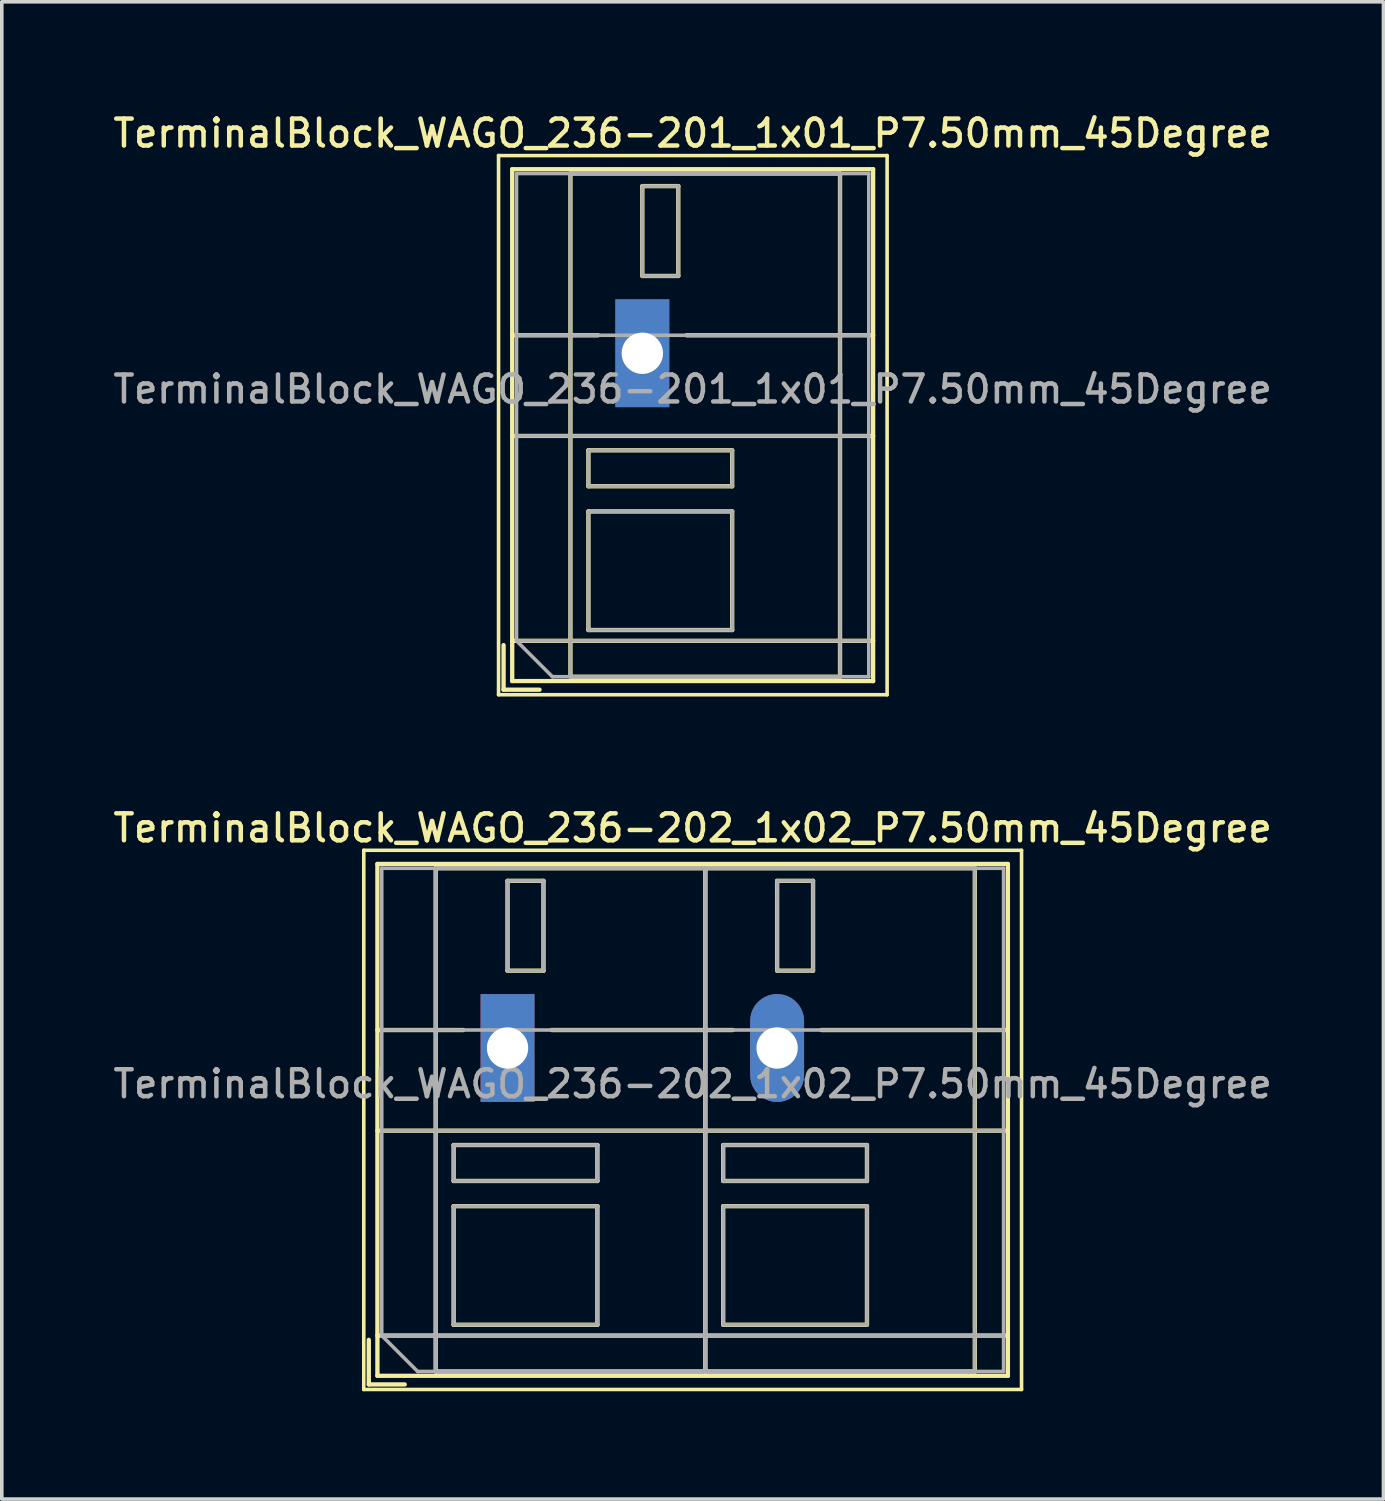
<source format=kicad_pcb>
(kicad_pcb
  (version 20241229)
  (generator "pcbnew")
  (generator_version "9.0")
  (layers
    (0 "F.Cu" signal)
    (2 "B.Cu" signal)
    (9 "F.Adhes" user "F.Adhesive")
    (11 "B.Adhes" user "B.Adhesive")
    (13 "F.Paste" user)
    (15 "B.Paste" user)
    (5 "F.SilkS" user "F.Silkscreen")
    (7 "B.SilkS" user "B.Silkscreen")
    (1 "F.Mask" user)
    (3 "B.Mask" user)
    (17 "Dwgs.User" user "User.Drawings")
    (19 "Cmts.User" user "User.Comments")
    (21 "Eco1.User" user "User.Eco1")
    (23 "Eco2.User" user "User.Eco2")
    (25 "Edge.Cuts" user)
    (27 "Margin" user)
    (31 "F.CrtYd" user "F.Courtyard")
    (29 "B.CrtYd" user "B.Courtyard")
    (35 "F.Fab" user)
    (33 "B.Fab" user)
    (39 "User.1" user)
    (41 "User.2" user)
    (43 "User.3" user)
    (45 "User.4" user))
  (footprint "TerminalBlock_WAGO_236-202_1x02_P7.50mm_45Degree"
    (layer "F.Cu")
    (at 11.07 26.106)
    (property "Reference" "TerminalBlock_WAGO_236-202_1x02_P7.50mm_45Degree" (at 5.15 -6.12 0) (layer "F.SilkS") (effects (font (size 0.75 0.75) (thickness 0.125))))
    (attr through_hole)
    (fp_line (start -4 -5.5) (end -4 9.5) (stroke (width 0.1) (type solid)) (layer "F.SilkS"))
    (fp_line (start -4 9.5) (end 14.3 9.5) (stroke (width 0.1) (type solid)) (layer "F.SilkS"))
    (fp_line (start -3.86 8.12) (end -3.86 9.36) (stroke (width 0.12) (type solid)) (layer "F.SilkS"))
    (fp_line (start -3.86 9.36) (end -2.86 9.36) (stroke (width 0.12) (type solid)) (layer "F.SilkS"))
    (fp_line (start -3.62 -5.12) (end -3.62 9.12) (stroke (width 0.12) (type solid)) (layer "F.SilkS"))
    (fp_line (start -3.62 -5.12) (end 13.92 -5.12) (stroke (width 0.12) (type solid)) (layer "F.SilkS"))
    (fp_line (start -3.62 -0.5) (end -1.23 -0.5) (stroke (width 0.12) (type solid)) (layer "F.SilkS"))
    (fp_line (start -3.62 2.3) (end 13.92 2.3) (stroke (width 0.12) (type solid)) (layer "F.SilkS"))
    (fp_line (start -3.62 8) (end 13.92 8) (stroke (width 0.12) (type solid)) (layer "F.SilkS"))
    (fp_line (start -3.62 9.12) (end 13.92 9.12) (stroke (width 0.12) (type solid)) (layer "F.SilkS"))
    (fp_line (start -2 -5) (end -2 9) (stroke (width 0.12) (type solid)) (layer "F.SilkS"))
    (fp_line (start -2 -5) (end 5.5 -5) (stroke (width 0.12) (type solid)) (layer "F.SilkS"))
    (fp_line (start -2 9) (end 5.5 9) (stroke (width 0.12) (type solid)) (layer "F.SilkS"))
    (fp_line (start -1.5 2.7) (end -1.5 3.7) (stroke (width 0.12) (type solid)) (layer "F.SilkS"))
    (fp_line (start -1.5 2.7) (end 2.5 2.7) (stroke (width 0.12) (type solid)) (layer "F.SilkS"))
    (fp_line (start -1.5 3.7) (end 2.5 3.7) (stroke (width 0.12) (type solid)) (layer "F.SilkS"))
    (fp_line (start -1.5 4.4) (end -1.5 7.7) (stroke (width 0.12) (type solid)) (layer "F.SilkS"))
    (fp_line (start -1.5 4.4) (end 2.5 4.4) (stroke (width 0.12) (type solid)) (layer "F.SilkS"))
    (fp_line (start -1.5 7.7) (end 2.5 7.7) (stroke (width 0.12) (type solid)) (layer "F.SilkS"))
    (fp_line (start 0 -4.65) (end 0 -2.151) (stroke (width 0.12) (type solid)) (layer "F.SilkS"))
    (fp_line (start 0 -4.65) (end 1 -4.65) (stroke (width 0.12) (type solid)) (layer "F.SilkS"))
    (fp_line (start 0 -2.151) (end 1 -2.151) (stroke (width 0.12) (type solid)) (layer "F.SilkS"))
    (fp_line (start 1 -4.65) (end 1 -2.151) (stroke (width 0.12) (type solid)) (layer "F.SilkS"))
    (fp_line (start 1.23 -0.5) (end 6.27 -0.5) (stroke (width 0.12) (type solid)) (layer "F.SilkS"))
    (fp_line (start 2.5 2.7) (end 2.5 3.7) (stroke (width 0.12) (type solid)) (layer "F.SilkS"))
    (fp_line (start 2.5 4.4) (end 2.5 7.7) (stroke (width 0.12) (type solid)) (layer "F.SilkS"))
    (fp_line (start 5.5 -5) (end 5.5 9) (stroke (width 0.12) (type solid)) (layer "F.SilkS"))
    (fp_line (start 5.5 -5) (end 5.5 9) (stroke (width 0.12) (type solid)) (layer "F.SilkS"))
    (fp_line (start 5.5 -5) (end 13 -5) (stroke (width 0.12) (type solid)) (layer "F.SilkS"))
    (fp_line (start 5.5 9) (end 13 9) (stroke (width 0.12) (type solid)) (layer "F.SilkS"))
    (fp_line (start 6 2.7) (end 6 3.7) (stroke (width 0.12) (type solid)) (layer "F.SilkS"))
    (fp_line (start 6 2.7) (end 10 2.7) (stroke (width 0.12) (type solid)) (layer "F.SilkS"))
    (fp_line (start 6 3.7) (end 10 3.7) (stroke (width 0.12) (type solid)) (layer "F.SilkS"))
    (fp_line (start 6 4.4) (end 6 7.7) (stroke (width 0.12) (type solid)) (layer "F.SilkS"))
    (fp_line (start 6 4.4) (end 10 4.4) (stroke (width 0.12) (type solid)) (layer "F.SilkS"))
    (fp_line (start 6 7.7) (end 10 7.7) (stroke (width 0.12) (type solid)) (layer "F.SilkS"))
    (fp_line (start 7.5 -4.65) (end 7.5 -2.151) (stroke (width 0.12) (type solid)) (layer "F.SilkS"))
    (fp_line (start 7.5 -4.65) (end 8.5 -4.65) (stroke (width 0.12) (type solid)) (layer "F.SilkS"))
    (fp_line (start 7.5 -2.151) (end 8.5 -2.151) (stroke (width 0.12) (type solid)) (layer "F.SilkS"))
    (fp_line (start 8.5 -4.65) (end 8.5 -2.151) (stroke (width 0.12) (type solid)) (layer "F.SilkS"))
    (fp_line (start 8.73 -0.5) (end 13.92 -0.5) (stroke (width 0.12) (type solid)) (layer "F.SilkS"))
    (fp_line (start 10 2.7) (end 10 3.7) (stroke (width 0.12) (type solid)) (layer "F.SilkS"))
    (fp_line (start 10 4.4) (end 10 7.7) (stroke (width 0.12) (type solid)) (layer "F.SilkS"))
    (fp_line (start 13 -5) (end 13 9) (stroke (width 0.12) (type solid)) (layer "F.SilkS"))
    (fp_line (start 13.92 -5.12) (end 13.92 9.12) (stroke (width 0.12) (type solid)) (layer "F.SilkS"))
    (fp_line (start 14.3 -5.5) (end -4 -5.5) (stroke (width 0.1) (type solid)) (layer "F.SilkS"))
    (fp_line (start 14.3 9.5) (end 14.3 -5.5) (stroke (width 0.1) (type solid)) (layer "F.SilkS"))
    (fp_line (start -3.5 -5) (end 13.8 -5) (stroke (width 0.1) (type solid)) (layer "F.Fab"))
    (fp_line (start -3.5 -0.5) (end 13.8 -0.5) (stroke (width 0.1) (type solid)) (layer "F.Fab"))
    (fp_line (start -3.5 2.3) (end 13.8 2.3) (stroke (width 0.1) (type solid)) (layer "F.Fab"))
    (fp_line (start -3.5 8) (end -3.5 -5) (stroke (width 0.1) (type solid)) (layer "F.Fab"))
    (fp_line (start -3.5 8) (end 13.8 8) (stroke (width 0.1) (type solid)) (layer "F.Fab"))
    (fp_line (start -2.5 9) (end -3.5 8) (stroke (width 0.1) (type solid)) (layer "F.Fab"))
    (fp_line (start -2 -5) (end -2 9) (stroke (width 0.1) (type solid)) (layer "F.Fab"))
    (fp_line (start -2 9) (end 5.5 9) (stroke (width 0.1) (type solid)) (layer "F.Fab"))
    (fp_line (start -1.5 2.7) (end -1.5 3.7) (stroke (width 0.1) (type solid)) (layer "F.Fab"))
    (fp_line (start -1.5 3.7) (end 2.5 3.7) (stroke (width 0.1) (type solid)) (layer "F.Fab"))
    (fp_line (start -1.5 4.4) (end -1.5 7.7) (stroke (width 0.1) (type solid)) (layer "F.Fab"))
    (fp_line (start -1.5 7.7) (end 2.5 7.7) (stroke (width 0.1) (type solid)) (layer "F.Fab"))
    (fp_line (start 0 -4.65) (end 0 -2.15) (stroke (width 0.1) (type solid)) (layer "F.Fab"))
    (fp_line (start 0 -2.15) (end 1 -2.15) (stroke (width 0.1) (type solid)) (layer "F.Fab"))
    (fp_line (start 1 -4.65) (end 0 -4.65) (stroke (width 0.1) (type solid)) (layer "F.Fab"))
    (fp_line (start 1 -2.15) (end 1 -4.65) (stroke (width 0.1) (type solid)) (layer "F.Fab"))
    (fp_line (start 2.5 2.7) (end -1.5 2.7) (stroke (width 0.1) (type solid)) (layer "F.Fab"))
    (fp_line (start 2.5 3.7) (end 2.5 2.7) (stroke (width 0.1) (type solid)) (layer "F.Fab"))
    (fp_line (start 2.5 4.4) (end -1.5 4.4) (stroke (width 0.1) (type solid)) (layer "F.Fab"))
    (fp_line (start 2.5 7.7) (end 2.5 4.4) (stroke (width 0.1) (type solid)) (layer "F.Fab"))
    (fp_line (start 5.5 -5) (end -2 -5) (stroke (width 0.1) (type solid)) (layer "F.Fab"))
    (fp_line (start 5.5 -5) (end 5.5 9) (stroke (width 0.1) (type solid)) (layer "F.Fab"))
    (fp_line (start 5.5 9) (end 5.5 -5) (stroke (width 0.1) (type solid)) (layer "F.Fab"))
    (fp_line (start 5.5 9) (end 13 9) (stroke (width 0.1) (type solid)) (layer "F.Fab"))
    (fp_line (start 6 2.7) (end 6 3.7) (stroke (width 0.1) (type solid)) (layer "F.Fab"))
    (fp_line (start 6 3.7) (end 10 3.7) (stroke (width 0.1) (type solid)) (layer "F.Fab"))
    (fp_line (start 6 4.4) (end 6 7.7) (stroke (width 0.1) (type solid)) (layer "F.Fab"))
    (fp_line (start 6 7.7) (end 10 7.7) (stroke (width 0.1) (type solid)) (layer "F.Fab"))
    (fp_line (start 7.5 -4.65) (end 7.5 -2.15) (stroke (width 0.1) (type solid)) (layer "F.Fab"))
    (fp_line (start 7.5 -2.15) (end 8.5 -2.15) (stroke (width 0.1) (type solid)) (layer "F.Fab"))
    (fp_line (start 8.5 -4.65) (end 7.5 -4.65) (stroke (width 0.1) (type solid)) (layer "F.Fab"))
    (fp_line (start 8.5 -2.15) (end 8.5 -4.65) (stroke (width 0.1) (type solid)) (layer "F.Fab"))
    (fp_line (start 10 2.7) (end 6 2.7) (stroke (width 0.1) (type solid)) (layer "F.Fab"))
    (fp_line (start 10 3.7) (end 10 2.7) (stroke (width 0.1) (type solid)) (layer "F.Fab"))
    (fp_line (start 10 4.4) (end 6 4.4) (stroke (width 0.1) (type solid)) (layer "F.Fab"))
    (fp_line (start 10 7.7) (end 10 4.4) (stroke (width 0.1) (type solid)) (layer "F.Fab"))
    (fp_line (start 13 -5) (end 5.5 -5) (stroke (width 0.1) (type solid)) (layer "F.Fab"))
    (fp_line (start 13 9) (end 13 -5) (stroke (width 0.1) (type solid)) (layer "F.Fab"))
    (fp_line (start 13.8 -5) (end 13.8 9) (stroke (width 0.1) (type solid)) (layer "F.Fab"))
    (fp_line (start 13.8 9) (end -2.5 9) (stroke (width 0.1) (type solid)) (layer "F.Fab"))
    (fp_text user "${REFERENCE}" (at 5.15 1 0) (layer "F.Fab") (effects (font (size 0.75 0.75) (thickness 0.125))))
    (pad "1" thru_hole rect (at 0 0) (size 1.5 3) (drill 1.15) (layers "*.Cu" "*.Mask"))
    (pad "2" thru_hole oval (at 7.5 0) (size 1.5 3) (drill 1.15) (layers "*.Cu" "*.Mask")))
  (footprint "TerminalBlock_WAGO_236-201_1x01_P7.50mm_45Degree"
    (layer "F.Cu")
    (at 14.82 6.778)
    (property "Reference" "TerminalBlock_WAGO_236-201_1x01_P7.50mm_45Degree" (at 1.4 -6.12 0) (layer "F.SilkS") (effects (font (size 0.75 0.75) (thickness 0.125))))
    (attr through_hole)
    (fp_line (start -4 -5.5) (end -4 9.5) (stroke (width 0.1) (type solid)) (layer "F.SilkS"))
    (fp_line (start -4 9.5) (end 6.81 9.5) (stroke (width 0.1) (type solid)) (layer "F.SilkS"))
    (fp_line (start -3.86 8.12) (end -3.86 9.36) (stroke (width 0.12) (type solid)) (layer "F.SilkS"))
    (fp_line (start -3.86 9.36) (end -2.86 9.36) (stroke (width 0.12) (type solid)) (layer "F.SilkS"))
    (fp_line (start -3.62 -5.12) (end -3.62 9.12) (stroke (width 0.12) (type solid)) (layer "F.SilkS"))
    (fp_line (start -3.62 -5.12) (end 6.421 -5.12) (stroke (width 0.12) (type solid)) (layer "F.SilkS"))
    (fp_line (start -3.62 -0.5) (end -1.23 -0.5) (stroke (width 0.12) (type solid)) (layer "F.SilkS"))
    (fp_line (start -3.62 2.3) (end 6.421 2.3) (stroke (width 0.12) (type solid)) (layer "F.SilkS"))
    (fp_line (start -3.62 8) (end 6.421 8) (stroke (width 0.12) (type solid)) (layer "F.SilkS"))
    (fp_line (start -3.62 9.12) (end 6.421 9.12) (stroke (width 0.12) (type solid)) (layer "F.SilkS"))
    (fp_line (start -2 -5) (end -2 9) (stroke (width 0.12) (type solid)) (layer "F.SilkS"))
    (fp_line (start -2 -5) (end 5.5 -5) (stroke (width 0.12) (type solid)) (layer "F.SilkS"))
    (fp_line (start -2 9) (end 5.5 9) (stroke (width 0.12) (type solid)) (layer "F.SilkS"))
    (fp_line (start -1.5 2.7) (end -1.5 3.7) (stroke (width 0.12) (type solid)) (layer "F.SilkS"))
    (fp_line (start -1.5 2.7) (end 2.5 2.7) (stroke (width 0.12) (type solid)) (layer "F.SilkS"))
    (fp_line (start -1.5 3.7) (end 2.5 3.7) (stroke (width 0.12) (type solid)) (layer "F.SilkS"))
    (fp_line (start -1.5 4.4) (end -1.5 7.7) (stroke (width 0.12) (type solid)) (layer "F.SilkS"))
    (fp_line (start -1.5 4.4) (end 2.5 4.4) (stroke (width 0.12) (type solid)) (layer "F.SilkS"))
    (fp_line (start -1.5 7.7) (end 2.5 7.7) (stroke (width 0.12) (type solid)) (layer "F.SilkS"))
    (fp_line (start 0 -4.65) (end 0 -2.151) (stroke (width 0.12) (type solid)) (layer "F.SilkS"))
    (fp_line (start 0 -4.65) (end 1 -4.65) (stroke (width 0.12) (type solid)) (layer "F.SilkS"))
    (fp_line (start 0 -2.151) (end 1 -2.151) (stroke (width 0.12) (type solid)) (layer "F.SilkS"))
    (fp_line (start 1 -4.65) (end 1 -2.151) (stroke (width 0.12) (type solid)) (layer "F.SilkS"))
    (fp_line (start 1.23 -0.5) (end 6.421 -0.5) (stroke (width 0.12) (type solid)) (layer "F.SilkS"))
    (fp_line (start 2.5 2.7) (end 2.5 3.7) (stroke (width 0.12) (type solid)) (layer "F.SilkS"))
    (fp_line (start 2.5 4.4) (end 2.5 7.7) (stroke (width 0.12) (type solid)) (layer "F.SilkS"))
    (fp_line (start 5.5 -5) (end 5.5 9) (stroke (width 0.12) (type solid)) (layer "F.SilkS"))
    (fp_line (start 6.421 -5.12) (end 6.421 9.12) (stroke (width 0.12) (type solid)) (layer "F.SilkS"))
    (fp_line (start 6.81 -5.5) (end -4 -5.5) (stroke (width 0.1) (type solid)) (layer "F.SilkS"))
    (fp_line (start 6.81 9.5) (end 6.81 -5.5) (stroke (width 0.1) (type solid)) (layer "F.SilkS"))
    (fp_line (start -3.5 -5) (end 6.3 -5) (stroke (width 0.1) (type solid)) (layer "F.Fab"))
    (fp_line (start -3.5 -0.5) (end 6.3 -0.5) (stroke (width 0.1) (type solid)) (layer "F.Fab"))
    (fp_line (start -3.5 2.3) (end 6.3 2.3) (stroke (width 0.1) (type solid)) (layer "F.Fab"))
    (fp_line (start -3.5 8) (end -3.5 -5) (stroke (width 0.1) (type solid)) (layer "F.Fab"))
    (fp_line (start -3.5 8) (end 6.3 8) (stroke (width 0.1) (type solid)) (layer "F.Fab"))
    (fp_line (start -2.5 9) (end -3.5 8) (stroke (width 0.1) (type solid)) (layer "F.Fab"))
    (fp_line (start -2 -5) (end -2 9) (stroke (width 0.1) (type solid)) (layer "F.Fab"))
    (fp_line (start -2 9) (end 5.5 9) (stroke (width 0.1) (type solid)) (layer "F.Fab"))
    (fp_line (start -1.5 2.7) (end -1.5 3.7) (stroke (width 0.1) (type solid)) (layer "F.Fab"))
    (fp_line (start -1.5 3.7) (end 2.5 3.7) (stroke (width 0.1) (type solid)) (layer "F.Fab"))
    (fp_line (start -1.5 4.4) (end -1.5 7.7) (stroke (width 0.1) (type solid)) (layer "F.Fab"))
    (fp_line (start -1.5 7.7) (end 2.5 7.7) (stroke (width 0.1) (type solid)) (layer "F.Fab"))
    (fp_line (start 0 -4.65) (end 0 -2.15) (stroke (width 0.1) (type solid)) (layer "F.Fab"))
    (fp_line (start 0 -2.15) (end 1 -2.15) (stroke (width 0.1) (type solid)) (layer "F.Fab"))
    (fp_line (start 1 -4.65) (end 0 -4.65) (stroke (width 0.1) (type solid)) (layer "F.Fab"))
    (fp_line (start 1 -2.15) (end 1 -4.65) (stroke (width 0.1) (type solid)) (layer "F.Fab"))
    (fp_line (start 2.5 2.7) (end -1.5 2.7) (stroke (width 0.1) (type solid)) (layer "F.Fab"))
    (fp_line (start 2.5 3.7) (end 2.5 2.7) (stroke (width 0.1) (type solid)) (layer "F.Fab"))
    (fp_line (start 2.5 4.4) (end -1.5 4.4) (stroke (width 0.1) (type solid)) (layer "F.Fab"))
    (fp_line (start 2.5 7.7) (end 2.5 4.4) (stroke (width 0.1) (type solid)) (layer "F.Fab"))
    (fp_line (start 5.5 -5) (end -2 -5) (stroke (width 0.1) (type solid)) (layer "F.Fab"))
    (fp_line (start 5.5 9) (end 5.5 -5) (stroke (width 0.1) (type solid)) (layer "F.Fab"))
    (fp_line (start 6.3 -5) (end 6.3 9) (stroke (width 0.1) (type solid)) (layer "F.Fab"))
    (fp_line (start 6.3 9) (end -2.5 9) (stroke (width 0.1) (type solid)) (layer "F.Fab"))
    (fp_text user "${REFERENCE}" (at 1.4 1 0) (layer "F.Fab") (effects (font (size 0.75 0.75) (thickness 0.125))))
    (pad "1" thru_hole rect (at 0 0) (size 1.5 3) (drill 1.15) (layers "*.Cu" "*.Mask")))
  (gr_rect
    (start -3 -3)
    (end 35.439 38.656)
    (stroke (width 0.1) (type default))
    (fill no)
    (layer "Edge.Cuts")))
</source>
